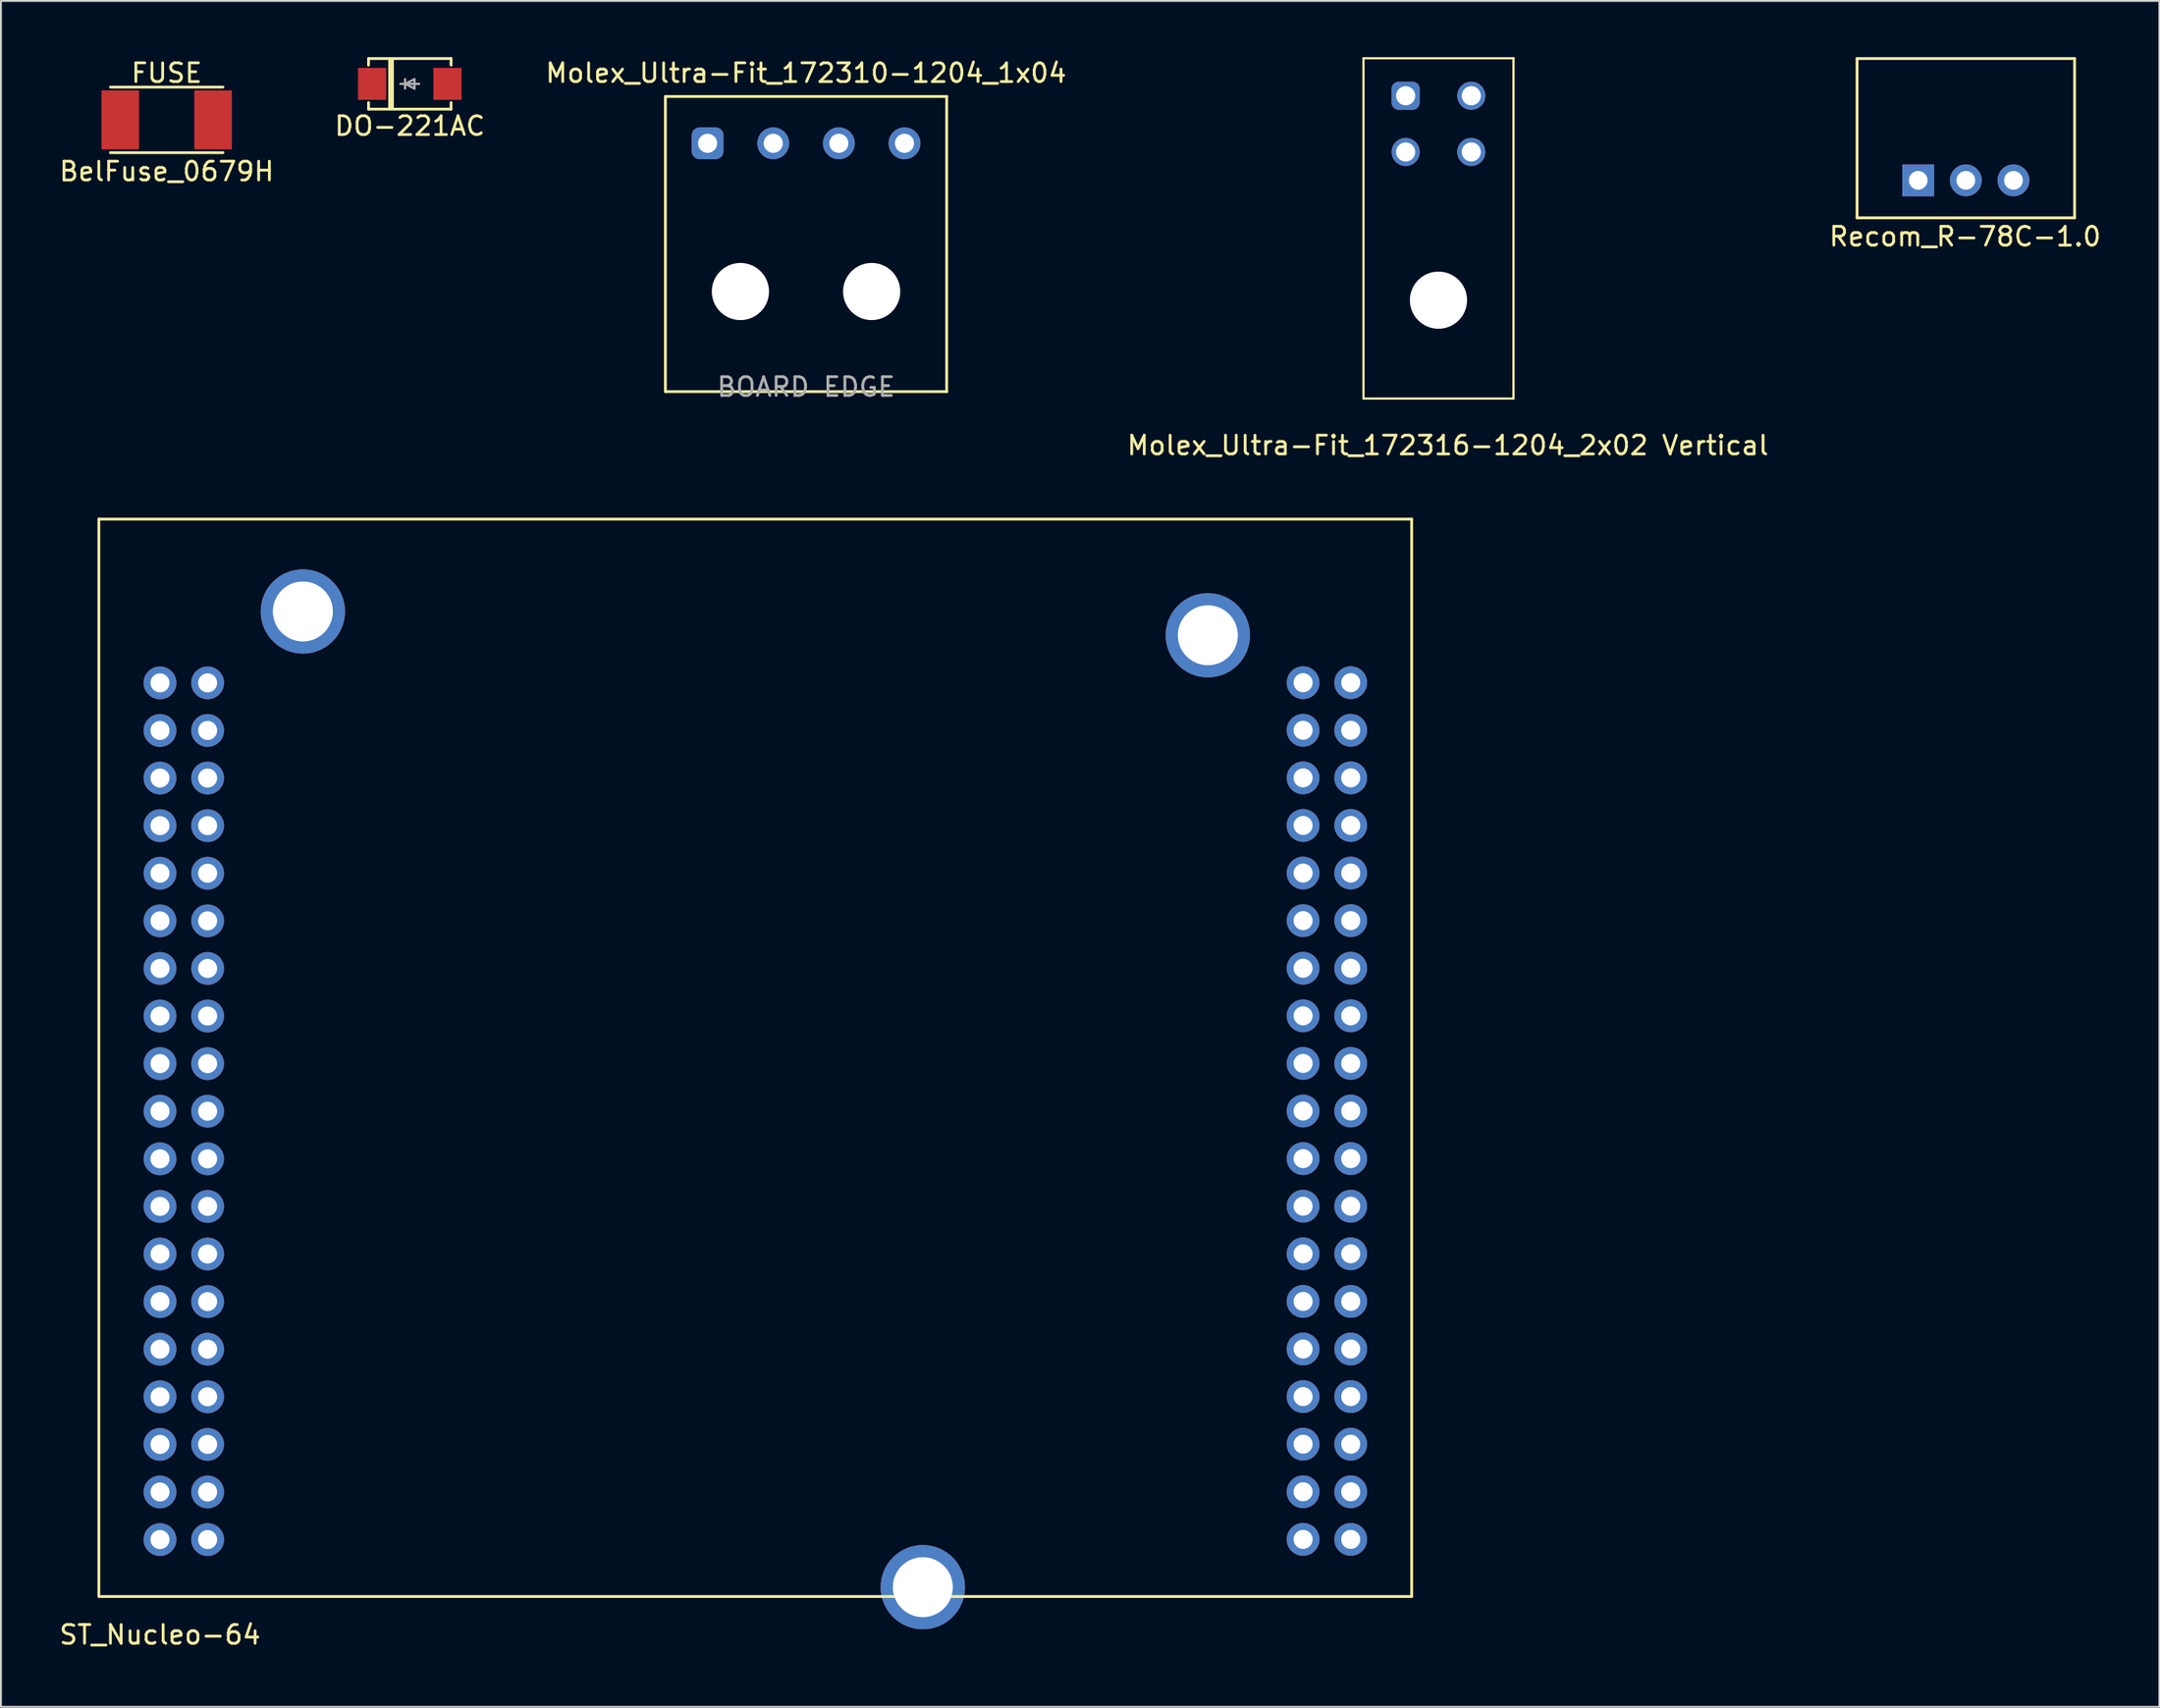
<source format=kicad_pcb>
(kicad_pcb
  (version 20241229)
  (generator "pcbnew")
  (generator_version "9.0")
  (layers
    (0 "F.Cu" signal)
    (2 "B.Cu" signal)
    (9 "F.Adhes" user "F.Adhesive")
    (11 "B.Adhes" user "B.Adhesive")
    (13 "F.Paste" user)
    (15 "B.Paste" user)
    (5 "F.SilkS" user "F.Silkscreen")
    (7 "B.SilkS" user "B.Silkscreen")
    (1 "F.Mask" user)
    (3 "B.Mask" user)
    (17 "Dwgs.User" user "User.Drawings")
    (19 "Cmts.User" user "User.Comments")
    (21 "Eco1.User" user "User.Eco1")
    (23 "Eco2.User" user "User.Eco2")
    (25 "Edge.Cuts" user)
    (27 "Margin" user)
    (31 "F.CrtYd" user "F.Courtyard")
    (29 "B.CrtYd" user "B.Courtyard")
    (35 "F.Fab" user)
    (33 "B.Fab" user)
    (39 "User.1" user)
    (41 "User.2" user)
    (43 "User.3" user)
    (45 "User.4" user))
  (footprint "ST_Nucleo-64"
    (layer "F.Cu")
    (at 5.482 79.113)
    (property "Reference" "ST_Nucleo-64" (at 0 5.08 0) (layer "F.SilkS") (effects (font (size 1 1) (thickness 0.15))))
    (attr through_hole)
    (fp_line (start -3.26 -54.47) (end -3.26 3.03) (stroke (width 0.15) (type solid)) (layer "F.SilkS"))
    (fp_line (start -3.25 3.04) (end 66.75 3.04) (stroke (width 0.15) (type solid)) (layer "F.SilkS"))
    (fp_line (start 66.75 -54.46) (end -3.25 -54.46) (stroke (width 0.15) (type solid)) (layer "F.SilkS"))
    (fp_line (start 66.75 3.04) (end 66.75 -54.46) (stroke (width 0.15) (type solid)) (layer "F.SilkS"))
    (pad "" np_thru_hole circle (at 7.62 -49.53) (size 4.5 4.5) (drill 3.2) (layers "*.Cu" "*.Mask"))
    (pad "" np_thru_hole circle (at 40.68 2.54) (size 4.5 4.5) (drill 3.2) (layers "*.Cu" "*.Mask"))
    (pad "" np_thru_hole circle (at 55.88 -48.26) (size 4.5 4.5) (drill 3.2) (layers "*.Cu" "*.Mask"))
    (pad "1" thru_hole circle (at 0 -45.72) (size 1.75 1.75) (drill 1.016) (layers "*.Cu" "*.Mask"))
    (pad "2" thru_hole circle (at 2.54 -45.72) (size 1.75 1.75) (drill 1.016) (layers "*.Cu" "*.Mask"))
    (pad "3" thru_hole circle (at 0 -43.18) (size 1.75 1.75) (drill 1.016) (layers "*.Cu" "*.Mask"))
    (pad "4" thru_hole circle (at 2.54 -43.18) (size 1.75 1.75) (drill 1.016) (layers "*.Cu" "*.Mask"))
    (pad "5" thru_hole circle (at 0 -40.64) (size 1.75 1.75) (drill 1.016) (layers "*.Cu" "*.Mask"))
    (pad "6" thru_hole circle (at 2.54 -40.64) (size 1.75 1.75) (drill 1.016) (layers "*.Cu" "*.Mask"))
    (pad "7" thru_hole circle (at 0 -38.1) (size 1.75 1.75) (drill 1.016) (layers "*.Cu" "*.Mask"))
    (pad "8" thru_hole circle (at 2.54 -38.1) (size 1.75 1.75) (drill 1.016) (layers "*.Cu" "*.Mask"))
    (pad "9" thru_hole circle (at 0 -35.56) (size 1.75 1.75) (drill 1.016) (layers "*.Cu" "*.Mask"))
    (pad "10" thru_hole circle (at 2.54 -35.56) (size 1.75 1.75) (drill 1.016) (layers "*.Cu" "*.Mask"))
    (pad "11" thru_hole circle (at 0 -33.02) (size 1.75 1.75) (drill 1.016) (layers "*.Cu" "*.Mask"))
    (pad "12" thru_hole circle (at 2.54 -33.02) (size 1.75 1.75) (drill 1.016) (layers "*.Cu" "*.Mask"))
    (pad "13" thru_hole circle (at 0 -30.48) (size 1.75 1.75) (drill 1.016) (layers "*.Cu" "*.Mask"))
    (pad "14" thru_hole circle (at 2.54 -30.48) (size 1.75 1.75) (drill 1.016) (layers "*.Cu" "*.Mask"))
    (pad "15" thru_hole circle (at 0 -27.94) (size 1.75 1.75) (drill 1.016) (layers "*.Cu" "*.Mask"))
    (pad "16" thru_hole circle (at 2.54 -27.94) (size 1.75 1.75) (drill 1.016) (layers "*.Cu" "*.Mask"))
    (pad "17" thru_hole circle (at 0 -25.4) (size 1.75 1.75) (drill 1.016) (layers "*.Cu" "*.Mask"))
    (pad "18" thru_hole circle (at 2.54 -25.4) (size 1.75 1.75) (drill 1.016) (layers "*.Cu" "*.Mask"))
    (pad "19" thru_hole circle (at 0 -22.86) (size 1.75 1.75) (drill 1.016) (layers "*.Cu" "*.Mask"))
    (pad "20" thru_hole circle (at 2.54 -22.86) (size 1.75 1.75) (drill 1.016) (layers "*.Cu" "*.Mask"))
    (pad "21" thru_hole circle (at 0 -20.32) (size 1.75 1.75) (drill 1.016) (layers "*.Cu" "*.Mask"))
    (pad "22" thru_hole circle (at 2.54 -20.32) (size 1.75 1.75) (drill 1.016) (layers "*.Cu" "*.Mask"))
    (pad "23" thru_hole circle (at 0 -17.78) (size 1.75 1.75) (drill 1.016) (layers "*.Cu" "*.Mask"))
    (pad "24" thru_hole circle (at 2.54 -17.78) (size 1.75 1.75) (drill 1.016) (layers "*.Cu" "*.Mask"))
    (pad "25" thru_hole circle (at 0 -15.24) (size 1.75 1.75) (drill 1.016) (layers "*.Cu" "*.Mask"))
    (pad "26" thru_hole circle (at 2.54 -15.24) (size 1.75 1.75) (drill 1.016) (layers "*.Cu" "*.Mask"))
    (pad "27" thru_hole circle (at 0 -12.7) (size 1.75 1.75) (drill 1.016) (layers "*.Cu" "*.Mask"))
    (pad "28" thru_hole circle (at 2.54 -12.7) (size 1.75 1.75) (drill 1.016) (layers "*.Cu" "*.Mask"))
    (pad "29" thru_hole circle (at 0 -10.16) (size 1.75 1.75) (drill 1.016) (layers "*.Cu" "*.Mask"))
    (pad "30" thru_hole circle (at 2.54 -10.16) (size 1.75 1.75) (drill 1.016) (layers "*.Cu" "*.Mask"))
    (pad "31" thru_hole circle (at 0 -7.62) (size 1.75 1.75) (drill 1.016) (layers "*.Cu" "*.Mask"))
    (pad "32" thru_hole circle (at 2.54 -7.62) (size 1.75 1.75) (drill 1.016) (layers "*.Cu" "*.Mask"))
    (pad "33" thru_hole circle (at 0 -5.08) (size 1.75 1.75) (drill 1.016) (layers "*.Cu" "*.Mask"))
    (pad "34" thru_hole circle (at 2.54 -5.08) (size 1.75 1.75) (drill 1.016) (layers "*.Cu" "*.Mask"))
    (pad "35" thru_hole circle (at 0 -2.54) (size 1.75 1.75) (drill 1.016) (layers "*.Cu" "*.Mask"))
    (pad "36" thru_hole circle (at 2.54 -2.54) (size 1.75 1.75) (drill 1.016) (layers "*.Cu" "*.Mask"))
    (pad "37" thru_hole circle (at 0 0) (size 1.75 1.75) (drill 1.016) (layers "*.Cu" "*.Mask"))
    (pad "38" thru_hole circle (at 2.54 0) (size 1.75 1.75) (drill 1.016) (layers "*.Cu" "*.Mask"))
    (pad "39" thru_hole circle (at 60.96 -45.73) (size 1.75 1.75) (drill 1.016) (layers "*.Cu" "*.Mask"))
    (pad "40" thru_hole circle (at 63.5 -45.73) (size 1.75 1.75) (drill 1.016) (layers "*.Cu" "*.Mask"))
    (pad "41" thru_hole circle (at 60.96 -43.19) (size 1.75 1.75) (drill 1.016) (layers "*.Cu" "*.Mask"))
    (pad "42" thru_hole circle (at 63.5 -43.19) (size 1.75 1.75) (drill 1.016) (layers "*.Cu" "*.Mask"))
    (pad "43" thru_hole circle (at 60.96 -40.65) (size 1.75 1.75) (drill 1.016) (layers "*.Cu" "*.Mask"))
    (pad "44" thru_hole circle (at 63.5 -40.65) (size 1.75 1.75) (drill 1.016) (layers "*.Cu" "*.Mask"))
    (pad "45" thru_hole circle (at 60.96 -38.11) (size 1.75 1.75) (drill 1.016) (layers "*.Cu" "*.Mask"))
    (pad "46" thru_hole circle (at 63.5 -38.11) (size 1.75 1.75) (drill 1.016) (layers "*.Cu" "*.Mask"))
    (pad "47" thru_hole circle (at 60.96 -35.57) (size 1.75 1.75) (drill 1.016) (layers "*.Cu" "*.Mask"))
    (pad "48" thru_hole circle (at 63.5 -35.57) (size 1.75 1.75) (drill 1.016) (layers "*.Cu" "*.Mask"))
    (pad "49" thru_hole circle (at 60.96 -33.03) (size 1.75 1.75) (drill 1.016) (layers "*.Cu" "*.Mask"))
    (pad "50" thru_hole circle (at 63.5 -33.03) (size 1.75 1.75) (drill 1.016) (layers "*.Cu" "*.Mask"))
    (pad "51" thru_hole circle (at 60.96 -30.49) (size 1.75 1.75) (drill 1.016) (layers "*.Cu" "*.Mask"))
    (pad "52" thru_hole circle (at 63.5 -30.49) (size 1.75 1.75) (drill 1.016) (layers "*.Cu" "*.Mask"))
    (pad "53" thru_hole circle (at 60.96 -27.95) (size 1.75 1.75) (drill 1.016) (layers "*.Cu" "*.Mask"))
    (pad "54" thru_hole circle (at 63.5 -27.95) (size 1.75 1.75) (drill 1.016) (layers "*.Cu" "*.Mask"))
    (pad "55" thru_hole circle (at 60.96 -25.41) (size 1.75 1.75) (drill 1.016) (layers "*.Cu" "*.Mask"))
    (pad "56" thru_hole circle (at 63.5 -25.41) (size 1.75 1.75) (drill 1.016) (layers "*.Cu" "*.Mask"))
    (pad "57" thru_hole circle (at 60.96 -22.87) (size 1.75 1.75) (drill 1.016) (layers "*.Cu" "*.Mask"))
    (pad "58" thru_hole circle (at 63.5 -22.87) (size 1.75 1.75) (drill 1.016) (layers "*.Cu" "*.Mask"))
    (pad "59" thru_hole circle (at 60.96 -20.33) (size 1.75 1.75) (drill 1.016) (layers "*.Cu" "*.Mask"))
    (pad "60" thru_hole circle (at 63.5 -20.33) (size 1.75 1.75) (drill 1.016) (layers "*.Cu" "*.Mask"))
    (pad "61" thru_hole circle (at 60.96 -17.79) (size 1.75 1.75) (drill 1.016) (layers "*.Cu" "*.Mask"))
    (pad "62" thru_hole circle (at 63.5 -17.79) (size 1.75 1.75) (drill 1.016) (layers "*.Cu" "*.Mask"))
    (pad "63" thru_hole circle (at 60.96 -15.25) (size 1.75 1.75) (drill 1.016) (layers "*.Cu" "*.Mask"))
    (pad "64" thru_hole circle (at 63.5 -15.25) (size 1.75 1.75) (drill 1.016) (layers "*.Cu" "*.Mask"))
    (pad "65" thru_hole circle (at 60.96 -12.71) (size 1.75 1.75) (drill 1.016) (layers "*.Cu" "*.Mask"))
    (pad "66" thru_hole circle (at 63.5 -12.71) (size 1.75 1.75) (drill 1.016) (layers "*.Cu" "*.Mask"))
    (pad "67" thru_hole circle (at 60.96 -10.17) (size 1.75 1.75) (drill 1.016) (layers "*.Cu" "*.Mask"))
    (pad "68" thru_hole circle (at 63.5 -10.17) (size 1.75 1.75) (drill 1.016) (layers "*.Cu" "*.Mask"))
    (pad "69" thru_hole circle (at 60.96 -7.63) (size 1.75 1.75) (drill 1.016) (layers "*.Cu" "*.Mask"))
    (pad "70" thru_hole circle (at 63.5 -7.63) (size 1.75 1.75) (drill 1.016) (layers "*.Cu" "*.Mask"))
    (pad "71" thru_hole circle (at 60.96 -5.09) (size 1.75 1.75) (drill 1.016) (layers "*.Cu" "*.Mask"))
    (pad "72" thru_hole circle (at 63.5 -5.09) (size 1.75 1.75) (drill 1.016) (layers "*.Cu" "*.Mask"))
    (pad "73" thru_hole circle (at 60.96 -2.55) (size 1.75 1.75) (drill 1.016) (layers "*.Cu" "*.Mask"))
    (pad "74" thru_hole circle (at 63.5 -2.55) (size 1.75 1.75) (drill 1.016) (layers "*.Cu" "*.Mask"))
    (pad "75" thru_hole circle (at 60.96 -0.01) (size 1.75 1.75) (drill 1.016) (layers "*.Cu" "*.Mask"))
    (pad "76" thru_hole circle (at 63.5 -0.01) (size 1.75 1.75) (drill 1.016) (layers "*.Cu" "*.Mask")))
  (footprint "Molex_Ultra-Fit_172310-1204_1x04"
    (layer "F.Cu")
    (at 39.935 4.598)
    (property "Reference" "Molex_Ultra-Fit_172310-1204_1x04" (at 0 -3.75 0) (layer "F.SilkS") (effects (font (size 1 1) (thickness 0.15))))
    (attr through_hole)
    (fp_line (start -7.5 -2.5) (end -7.5 13.25) (stroke (width 0.15) (type solid)) (layer "F.SilkS"))
    (fp_line (start -7.5 13.25) (end 7.5 13.25) (stroke (width 0.15) (type solid)) (layer "F.SilkS"))
    (fp_line (start 7.5 -2.5) (end -7.5 -2.5) (stroke (width 0.15) (type solid)) (layer "F.SilkS"))
    (fp_line (start 7.5 13.25) (end 7.5 -2.5) (stroke (width 0.15) (type solid)) (layer "F.SilkS"))
    (fp_text user "BOARD EDGE" (at 0 13 0) (layer "F.Fab") (effects (font (size 1 1) (thickness 0.15))))
    (pad "" np_thru_hole circle (at -3.5 7.91) (size 3.05 3.05) (drill 3.05) (layers "*.Cu" "*.Mask"))
    (pad "" np_thru_hole circle (at 3.5 7.91) (size 3.05 3.05) (drill 3.05) (layers "*.Cu" "*.Mask"))
    (pad "1" thru_hole roundrect (at -5.25 0) (size 1.7 1.7) (drill 1.02) (layers "*.Cu" "*.Mask") (roundrect_rratio 0.25))
    (pad "2" thru_hole circle (at -1.75 0) (size 1.7 1.7) (drill 1.02) (layers "*.Cu" "*.Mask"))
    (pad "3" thru_hole circle (at 1.75 0) (size 1.7 1.7) (drill 1.02) (layers "*.Cu" "*.Mask"))
    (pad "4" thru_hole circle (at 5.25 0) (size 1.7 1.7) (drill 1.02) (layers "*.Cu" "*.Mask")))
  (footprint "DO-221AC"
    (layer "F.Cu")
    (at 18.804 1.425)
    (property "Reference" "DO-221AC" (at 0 2.25 0) (layer "F.SilkS") (effects (font (size 1 1) (thickness 0.15))))
    (attr through_hole)
    (fp_line (start -2.2 -1.35) (end 2.2 -1.35) (stroke (width 0.15) (type solid)) (layer "F.SilkS"))
    (fp_line (start -2.2 -1) (end -2.2 -1.35) (stroke (width 0.15) (type solid)) (layer "F.SilkS"))
    (fp_line (start -2.2 1.35) (end -2.2 1) (stroke (width 0.15) (type solid)) (layer "F.SilkS"))
    (fp_line (start -1 -1.25) (end -1 1.25) (stroke (width 0.3) (type solid)) (layer "F.SilkS"))
    (fp_line (start 2.2 -1.35) (end 2.2 -1) (stroke (width 0.15) (type solid)) (layer "F.SilkS"))
    (fp_line (start 2.2 1) (end 2.2 1.35) (stroke (width 0.15) (type solid)) (layer "F.SilkS"))
    (fp_line (start 2.2 1.35) (end -2.2 1.35) (stroke (width 0.15) (type solid)) (layer "F.SilkS"))
    (fp_line (start -0.5 0) (end -0.25 0) (stroke (width 0.12) (type solid)) (layer "F.Fab"))
    (fp_line (start -0.25 -0.25) (end -0.25 0.25) (stroke (width 0.12) (type solid)) (layer "F.Fab"))
    (fp_line (start -0.25 0) (end 0.25 -0.25) (stroke (width 0.12) (type solid)) (layer "F.Fab"))
    (fp_line (start -0.25 0) (end 0.5 0) (stroke (width 0.12) (type solid)) (layer "F.Fab"))
    (fp_line (start 0.25 -0.25) (end 0.25 0.25) (stroke (width 0.12) (type solid)) (layer "F.Fab"))
    (fp_line (start 0.25 0.25) (end -0.25 0) (stroke (width 0.12) (type solid)) (layer "F.Fab"))
    (pad "1" smd rect (at -2.01 0) (size 1.5 1.7) (layers "F.Cu" "F.Mask" "F.Paste"))
    (pad "2" smd rect (at 2.01 0) (size 1.5 1.7) (layers "F.Cu" "F.Mask" "F.Paste")))
  (footprint "Recom_R-78C-1.0"
    (layer "F.Cu")
    (at 99.244 6.575)
    (property "Reference" "Recom_R-78C-1.0" (at 2.5 3 0) (layer "F.SilkS") (effects (font (size 1 1) (thickness 0.15))))
    (attr through_hole)
    (fp_line (start -3.26 -6.5) (end 8.34 -6.5) (stroke (width 0.15) (type solid)) (layer "F.SilkS"))
    (fp_line (start -3.26 2) (end -3.26 -6.5) (stroke (width 0.15) (type solid)) (layer "F.SilkS"))
    (fp_line (start -3.26 2) (end 8.34 2) (stroke (width 0.15) (type solid)) (layer "F.SilkS"))
    (fp_line (start 8.34 2) (end 8.34 -6.5) (stroke (width 0.15) (type solid)) (layer "F.SilkS"))
    (pad "1" thru_hole rect (at 0 0) (size 1.7 1.7) (drill 1) (layers "*.Cu" "*.Mask"))
    (pad "2" thru_hole circle (at 2.54 0) (size 1.7 1.7) (drill 1) (layers "*.Cu" "*.Mask"))
    (pad "3" thru_hole circle (at 5.08 0) (size 1.7 1.7) (drill 1) (layers "*.Cu" "*.Mask")))
  (footprint "BelFuse_0679H"
    (layer "F.Cu")
    (at 5.839 3.348)
    (property "Reference" "BelFuse_0679H" (at 0 2.75 0) (layer "F.SilkS") (effects (font (size 1 1) (thickness 0.15))))
    (attr through_hole)
    (fp_line (start -3 1.75) (end 3 1.75) (stroke (width 0.15) (type solid)) (layer "F.SilkS"))
    (fp_line (start 3 -1.75) (end -3 -1.75) (stroke (width 0.15) (type solid)) (layer "F.SilkS"))
    (fp_text user "FUSE" (at 0 -2.5 0) (layer "F.SilkS") (effects (font (size 1 1) (thickness 0.15))))
    (pad "1" smd rect (at -2.475 0) (size 2 3.15) (layers "F.Cu" "F.Mask" "F.Paste"))
    (pad "2" smd rect (at 2.475 0) (size 2 3.15) (layers "F.Cu" "F.Mask" "F.Paste")))
  (footprint "Molex_Ultra-Fit_172316-1204_2x02 Vertical"
    (layer "F.Cu")
    (at 73.661 12.97)
    (property "Reference" "Molex_Ultra-Fit_172316-1204_2x02 Vertical" (at 0.5 7.75 0) (layer "F.SilkS") (effects (font (size 1 1) (thickness 0.15))))
    (attr through_hole)
    (fp_line (start -4 -12.91) (end 4 -12.91) (stroke (width 0.12) (type solid)) (layer "F.SilkS"))
    (fp_line (start -4 5.25) (end -4 -12.91) (stroke (width 0.12) (type solid)) (layer "F.SilkS"))
    (fp_line (start -4 5.25) (end 4 5.25) (stroke (width 0.12) (type solid)) (layer "F.SilkS"))
    (fp_line (start 4 5.25) (end 4 -12.91) (stroke (width 0.12) (type solid)) (layer "F.SilkS"))
    (pad "" np_thru_hole circle (at 0 0) (size 3.05 3.05) (drill 3.05) (layers "*.Cu" "*.Mask"))
    (pad "1" thru_hole roundrect (at -1.75 -10.91) (size 1.5 1.5) (drill 1.02) (layers "*.Cu" "*.Mask") (roundrect_rratio 0.25))
    (pad "2" thru_hole circle (at 1.75 -10.91) (size 1.5 1.5) (drill 1.02) (layers "*.Cu" "*.Mask"))
    (pad "3" thru_hole circle (at -1.75 -7.91) (size 1.5 1.5) (drill 1.02) (layers "*.Cu" "*.Mask"))
    (pad "4" thru_hole circle (at 1.75 -7.91) (size 1.5 1.5) (drill 1.02) (layers "*.Cu" "*.Mask")))
  (gr_rect
    (start -3 -3)
    (end 112.107 88.041)
    (stroke (width 0.1) (type default))
    (fill no)
    (layer "Edge.Cuts")))
</source>
